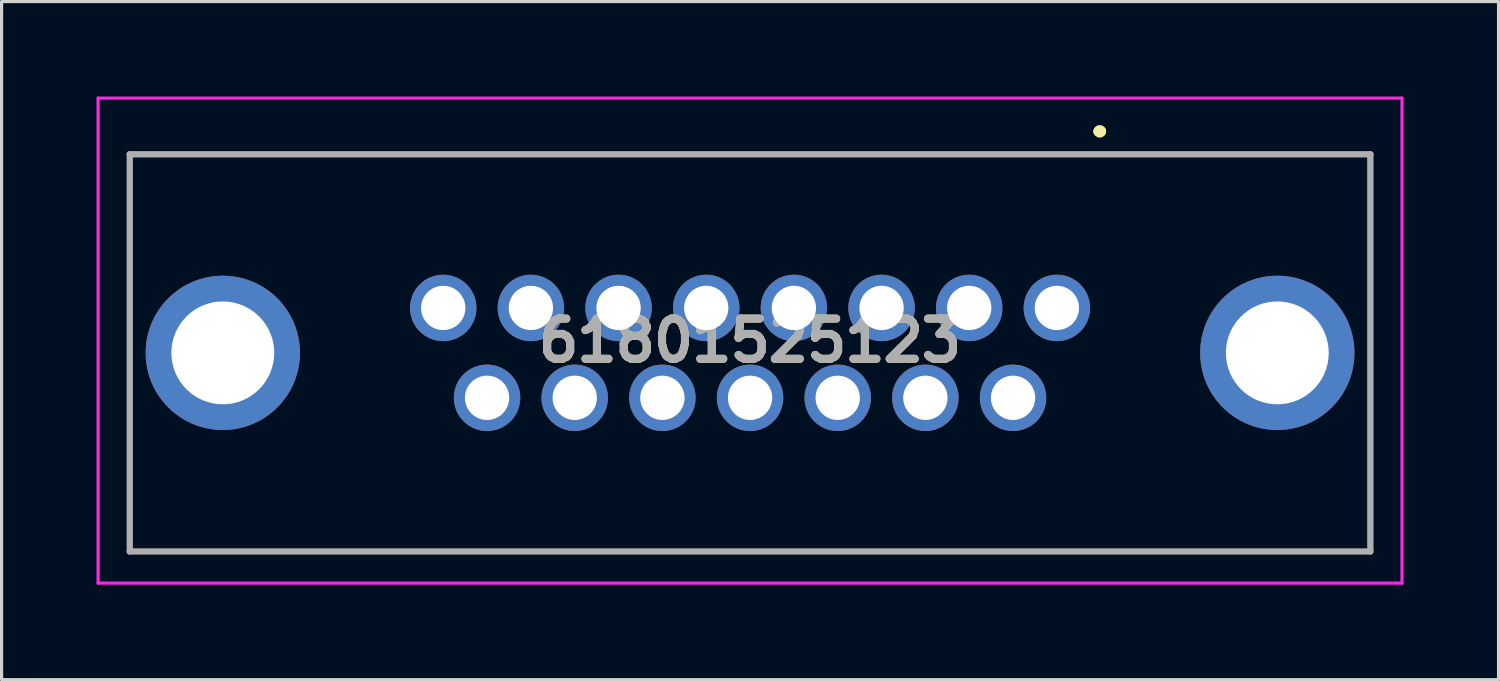
<source format=kicad_pcb>
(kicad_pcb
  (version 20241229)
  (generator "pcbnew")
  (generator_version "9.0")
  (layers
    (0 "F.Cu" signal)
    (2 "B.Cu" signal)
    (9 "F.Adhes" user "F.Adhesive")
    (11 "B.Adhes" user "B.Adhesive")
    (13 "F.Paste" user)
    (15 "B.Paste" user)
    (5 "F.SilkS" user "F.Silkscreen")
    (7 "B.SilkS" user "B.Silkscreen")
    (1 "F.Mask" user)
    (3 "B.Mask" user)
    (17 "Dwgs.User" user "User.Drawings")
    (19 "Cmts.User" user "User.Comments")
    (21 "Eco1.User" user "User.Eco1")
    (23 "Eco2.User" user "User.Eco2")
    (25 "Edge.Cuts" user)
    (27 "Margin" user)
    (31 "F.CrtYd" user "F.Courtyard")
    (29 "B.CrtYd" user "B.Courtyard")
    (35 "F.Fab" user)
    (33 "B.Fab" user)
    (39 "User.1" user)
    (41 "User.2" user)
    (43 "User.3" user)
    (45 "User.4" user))
  (footprint "61801525123"
    (layer "F.Cu")
    (at 30.345 6.68)
    (property "Reference" "61801525123" (at -9.695 1.033 0) (layer "F.SilkS") (effects (font (size 1.27 1.27) (thickness 0.254))))
    (attr through_hole)
    (fp_line (start -29.295 -4.855) (end 9.905 -4.855) (stroke (width 0.1) (type solid)) (layer "F.SilkS"))
    (fp_line (start -29.295 7.695) (end -29.295 -4.855) (stroke (width 0.1) (type solid)) (layer "F.SilkS"))
    (fp_line (start 1.305 -5.58) (end 1.305 -5.58) (stroke (width 0.3) (type solid)) (layer "F.SilkS"))
    (fp_line (start 1.405 -5.58) (end 1.405 -5.58) (stroke (width 0.3) (type solid)) (layer "F.SilkS"))
    (fp_line (start 9.905 -4.855) (end 9.905 7.695) (stroke (width 0.1) (type solid)) (layer "F.SilkS"))
    (fp_line (start 9.905 7.695) (end -29.295 7.695) (stroke (width 0.1) (type solid)) (layer "F.SilkS"))
    (fp_arc (start 1.305 -5.58) (mid 1.355 -5.63) (end 1.405 -5.58) (stroke (width 0.3) (type solid)) (layer "F.SilkS"))
    (fp_arc (start 1.405 -5.58) (mid 1.355 -5.53) (end 1.305 -5.58) (stroke (width 0.3) (type solid)) (layer "F.SilkS"))
    (fp_line (start -30.295 -6.63) (end 10.905 -6.63) (stroke (width 0.1) (type solid)) (layer "F.CrtYd"))
    (fp_line (start -30.295 8.695) (end -30.295 -6.63) (stroke (width 0.1) (type solid)) (layer "F.CrtYd"))
    (fp_line (start 10.905 -6.63) (end 10.905 8.695) (stroke (width 0.1) (type solid)) (layer "F.CrtYd"))
    (fp_line (start 10.905 8.695) (end -30.295 8.695) (stroke (width 0.1) (type solid)) (layer "F.CrtYd"))
    (fp_line (start -29.295 -4.855) (end 9.905 -4.855) (stroke (width 0.2) (type solid)) (layer "F.Fab"))
    (fp_line (start -29.295 7.695) (end -29.295 -4.855) (stroke (width 0.2) (type solid)) (layer "F.Fab"))
    (fp_line (start 9.905 -4.855) (end 9.905 7.695) (stroke (width 0.2) (type solid)) (layer "F.Fab"))
    (fp_line (start 9.905 7.695) (end -29.295 7.695) (stroke (width 0.2) (type solid)) (layer "F.Fab"))
    (fp_text user "${REFERENCE}" (at -9.695 1.033 0) (layer "F.Fab") (effects (font (size 1.27 1.27) (thickness 0.254))))
    (pad "1" thru_hole circle (at 0 0) (size 2.1 2.1) (drill 1.4) (layers "*.Cu" "*.Mask"))
    (pad "2" thru_hole circle (at -2.77 0) (size 2.1 2.1) (drill 1.4) (layers "*.Cu" "*.Mask"))
    (pad "3" thru_hole circle (at -5.54 0) (size 2.1 2.1) (drill 1.4) (layers "*.Cu" "*.Mask"))
    (pad "4" thru_hole circle (at -8.31 0) (size 2.1 2.1) (drill 1.4) (layers "*.Cu" "*.Mask"))
    (pad "5" thru_hole circle (at -11.08 0) (size 2.1 2.1) (drill 1.4) (layers "*.Cu" "*.Mask"))
    (pad "6" thru_hole circle (at -13.85 0) (size 2.1 2.1) (drill 1.4) (layers "*.Cu" "*.Mask"))
    (pad "7" thru_hole circle (at -16.62 0) (size 2.1 2.1) (drill 1.4) (layers "*.Cu" "*.Mask"))
    (pad "8" thru_hole circle (at -19.39 0) (size 2.1 2.1) (drill 1.4) (layers "*.Cu" "*.Mask"))
    (pad "9" thru_hole circle (at -1.385 2.84) (size 2.1 2.1) (drill 1.4) (layers "*.Cu" "*.Mask"))
    (pad "10" thru_hole circle (at -4.155 2.84) (size 2.1 2.1) (drill 1.4) (layers "*.Cu" "*.Mask"))
    (pad "11" thru_hole circle (at -6.925 2.84) (size 2.1 2.1) (drill 1.4) (layers "*.Cu" "*.Mask"))
    (pad "12" thru_hole circle (at -9.695 2.84) (size 2.1 2.1) (drill 1.4) (layers "*.Cu" "*.Mask"))
    (pad "13" thru_hole circle (at -12.465 2.84) (size 2.1 2.1) (drill 1.4) (layers "*.Cu" "*.Mask"))
    (pad "14" thru_hole circle (at -15.235 2.84) (size 2.1 2.1) (drill 1.4) (layers "*.Cu" "*.Mask"))
    (pad "15" thru_hole circle (at -18.005 2.84) (size 2.1 2.1) (drill 1.4) (layers "*.Cu" "*.Mask"))
    (pad "MH1" thru_hole circle (at -26.355 1.42) (size 4.875 4.875) (drill 3.25) (layers "*.Cu" "*.Mask"))
    (pad "MH2" thru_hole circle (at 6.965 1.42) (size 4.875 4.875) (drill 3.25) (layers "*.Cu" "*.Mask")))
  (gr_rect
    (start -3 -3)
    (end 44.3 18.425)
    (stroke (width 0.1) (type default))
    (fill no)
    (layer "Edge.Cuts")))
</source>
